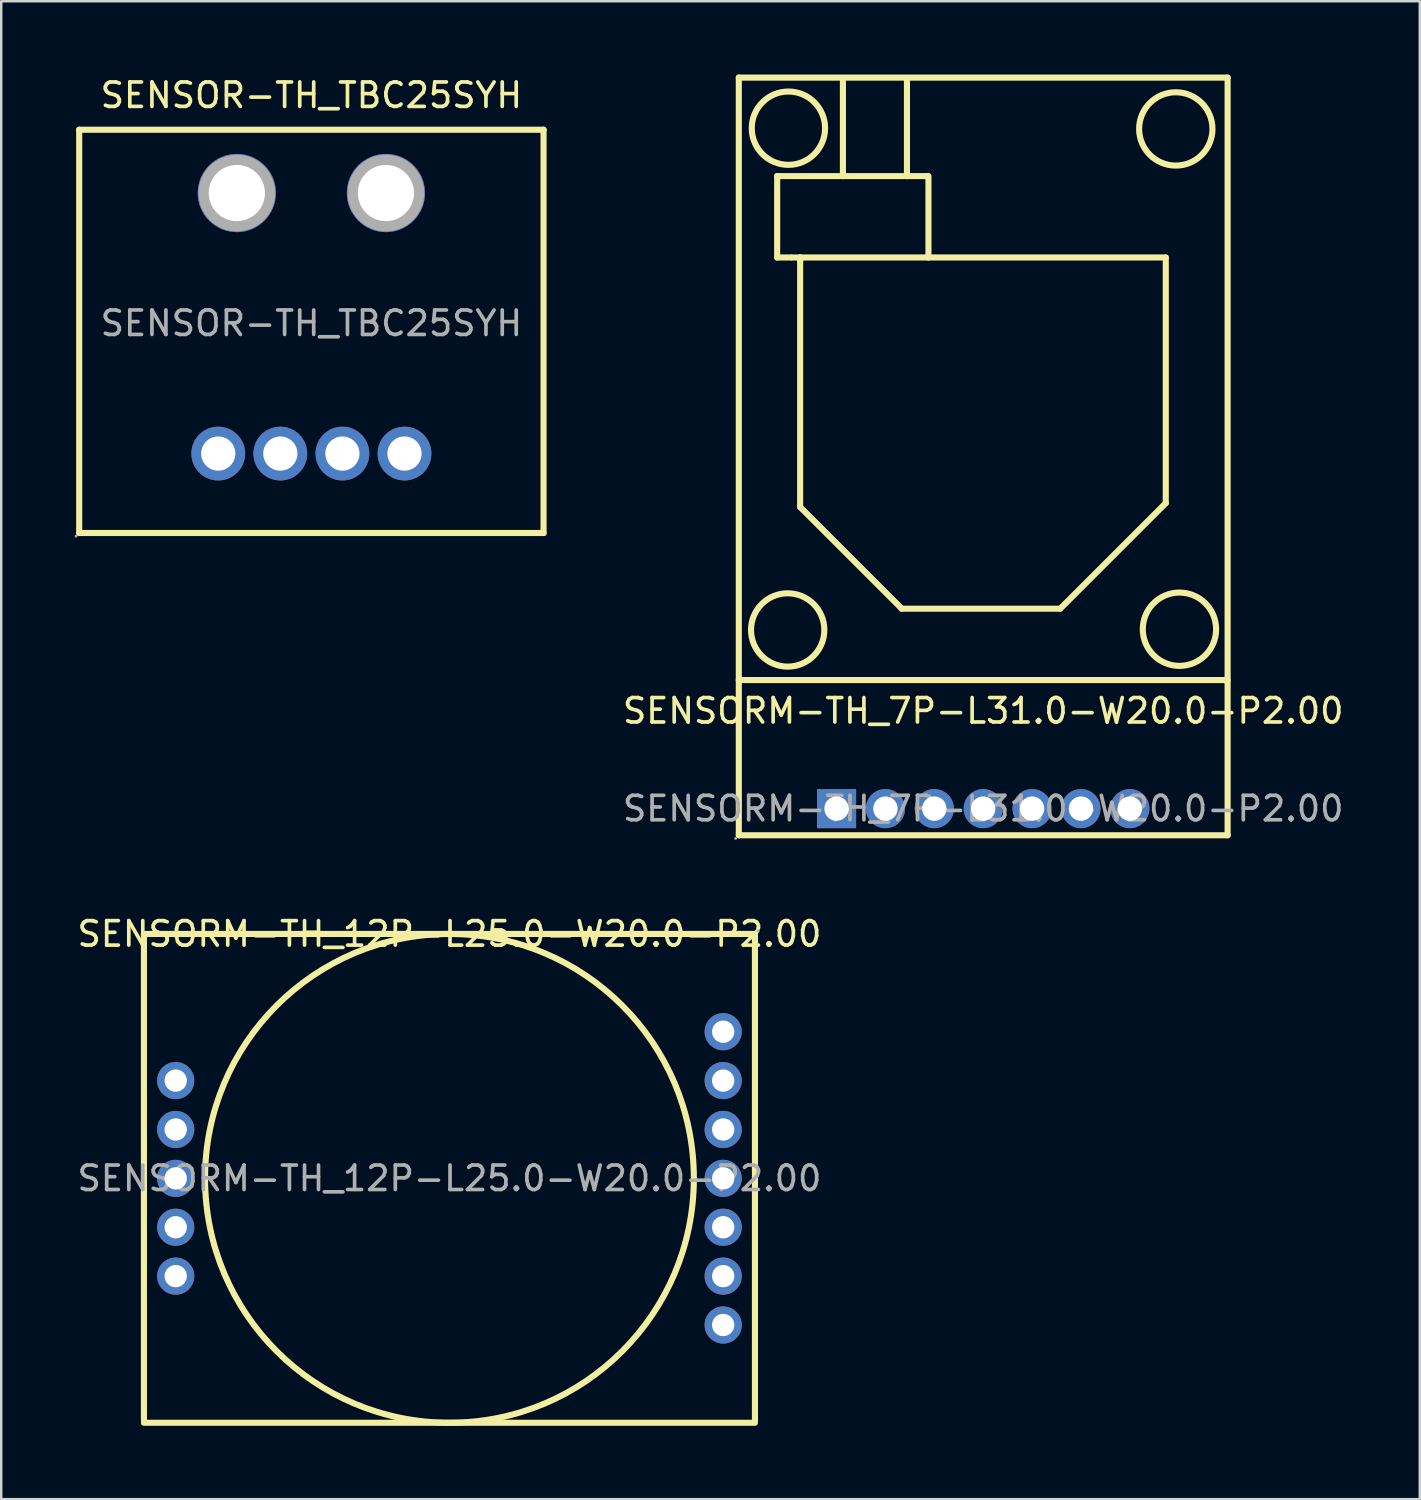
<source format=kicad_pcb>
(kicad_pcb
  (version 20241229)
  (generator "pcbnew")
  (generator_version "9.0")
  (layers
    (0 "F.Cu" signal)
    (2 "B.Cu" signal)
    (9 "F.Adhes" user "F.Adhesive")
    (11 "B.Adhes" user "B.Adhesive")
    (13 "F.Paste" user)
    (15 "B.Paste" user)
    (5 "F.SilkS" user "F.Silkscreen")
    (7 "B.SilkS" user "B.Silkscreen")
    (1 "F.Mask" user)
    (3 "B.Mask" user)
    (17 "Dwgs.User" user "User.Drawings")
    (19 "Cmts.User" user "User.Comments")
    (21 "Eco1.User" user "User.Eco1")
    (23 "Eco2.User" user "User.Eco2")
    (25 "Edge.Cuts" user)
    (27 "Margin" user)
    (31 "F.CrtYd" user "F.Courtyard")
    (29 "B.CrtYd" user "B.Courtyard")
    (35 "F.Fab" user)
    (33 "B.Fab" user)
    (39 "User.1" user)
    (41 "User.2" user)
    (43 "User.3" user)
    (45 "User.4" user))
  (footprint "SENSORM-TH_12P-L25.0-W20.0-P2.00"
    (layer "F.Cu")
    (at 15.339 45.163)
    (property "Reference" "SENSORM-TH_12P-L25.0-W20.0-P2.00" (at 0 -10 0) (layer "F.SilkS") (effects (font (size 1 1) (thickness 0.15))))
    (attr through_hole)
    (fp_line (start -12.5 -10) (end -12.5 9.91) (stroke (width 0.25) (type solid)) (layer "F.SilkS"))
    (fp_line (start -12.5 -10) (end 12.5 -10) (stroke (width 0.25) (type solid)) (layer "F.SilkS"))
    (fp_line (start 12.5 -10) (end 12.5 9.91) (stroke (width 0.25) (type solid)) (layer "F.SilkS"))
    (fp_line (start 12.5 10) (end -12.5 10) (stroke (width 0.25) (type solid)) (layer "F.SilkS"))
    (fp_circle (center 0 0) (end 10 0) (stroke (width 0.25) (type solid)) (fill no) (layer "F.SilkS"))
    (fp_circle (center -11.2 -4) (end -11.02 -4) (stroke (width 0.36) (type solid)) (fill no) (layer "F.Fab"))
    (fp_circle (center -11.2 -2) (end -11.02 -2) (stroke (width 0.36) (type solid)) (fill no) (layer "F.Fab"))
    (fp_circle (center -11.2 0) (end -11.02 0) (stroke (width 0.36) (type solid)) (fill no) (layer "F.Fab"))
    (fp_circle (center -11.2 2) (end -11.02 2) (stroke (width 0.36) (type solid)) (fill no) (layer "F.Fab"))
    (fp_circle (center -11.2 4) (end -11.02 4) (stroke (width 0.36) (type solid)) (fill no) (layer "F.Fab"))
    (fp_circle (center 11.2 -6) (end 11.38 -6) (stroke (width 0.36) (type solid)) (fill no) (layer "F.Fab"))
    (fp_circle (center 11.2 -4) (end 11.38 -4) (stroke (width 0.36) (type solid)) (fill no) (layer "F.Fab"))
    (fp_circle (center 11.2 -2) (end 11.38 -2) (stroke (width 0.36) (type solid)) (fill no) (layer "F.Fab"))
    (fp_circle (center 11.2 0) (end 11.38 0) (stroke (width 0.36) (type solid)) (fill no) (layer "F.Fab"))
    (fp_circle (center 11.2 2) (end 11.38 2) (stroke (width 0.36) (type solid)) (fill no) (layer "F.Fab"))
    (fp_circle (center 11.2 4) (end 11.38 4) (stroke (width 0.36) (type solid)) (fill no) (layer "F.Fab"))
    (fp_circle (center 11.2 6) (end 11.38 6) (stroke (width 0.36) (type solid)) (fill no) (layer "F.Fab"))
    (fp_circle (center 12.63 -10.13) (end 12.66 -10.13) (stroke (width 0.06) (type solid)) (fill no) (layer "F.Fab"))
    (fp_text user "${REFERENCE}" (at 0 0 0) (layer "F.Fab") (effects (font (size 1 1) (thickness 0.15))))
    (pad "1" thru_hole circle (at 11.2 -6) (size 1.52 1.52) (drill 0.914) (layers "*.Cu" "*.Paste" "*.Mask"))
    (pad "2" thru_hole circle (at 11.2 -4) (size 1.52 1.52) (drill 0.914) (layers "*.Cu" "*.Paste" "*.Mask"))
    (pad "3" thru_hole circle (at 11.2 -2) (size 1.52 1.52) (drill 0.914) (layers "*.Cu" "*.Paste" "*.Mask"))
    (pad "4" thru_hole circle (at 11.2 0) (size 1.52 1.52) (drill 0.914) (layers "*.Cu" "*.Paste" "*.Mask"))
    (pad "5" thru_hole circle (at 11.2 2) (size 1.52 1.52) (drill 0.914) (layers "*.Cu" "*.Paste" "*.Mask"))
    (pad "6" thru_hole circle (at 11.2 4) (size 1.52 1.52) (drill 0.914) (layers "*.Cu" "*.Paste" "*.Mask"))
    (pad "7" thru_hole circle (at 11.2 6) (size 1.52 1.52) (drill 0.914) (layers "*.Cu" "*.Paste" "*.Mask"))
    (pad "8" thru_hole circle (at -11.2 -4) (size 1.52 1.52) (drill 0.914) (layers "*.Cu" "*.Paste" "*.Mask"))
    (pad "9" thru_hole circle (at -11.2 -2) (size 1.52 1.52) (drill 0.914) (layers "*.Cu" "*.Paste" "*.Mask"))
    (pad "10" thru_hole circle (at -11.2 0) (size 1.52 1.52) (drill 0.914) (layers "*.Cu" "*.Paste" "*.Mask"))
    (pad "11" thru_hole circle (at -11.2 2) (size 1.52 1.52) (drill 0.914) (layers "*.Cu" "*.Paste" "*.Mask"))
    (pad "12" thru_hole circle (at -11.2 4) (size 1.52 1.52) (drill 0.914) (layers "*.Cu" "*.Paste" "*.Mask")))
  (footprint "SENSORM-TH_7P-L31.0-W20.0-P2.00"
    (layer "F.Cu")
    (at 37.178 30.035)
    (property "Reference" "SENSORM-TH_7P-L31.0-W20.0-P2.00" (at 0 -4 0) (layer "F.SilkS") (effects (font (size 1 1) (thickness 0.15))))
    (attr through_hole)
    (fp_line (start -10 -29.91) (end 10 -29.91) (stroke (width 0.25) (type solid)) (layer "F.SilkS"))
    (fp_line (start -10 -5.26) (end 10 -5.26) (stroke (width 0.25) (type solid)) (layer "F.SilkS"))
    (fp_line (start -10 1.09) (end -10 -29.91) (stroke (width 0.25) (type solid)) (layer "F.SilkS"))
    (fp_line (start -10 1.09) (end 10 1.09) (stroke (width 0.25) (type solid)) (layer "F.SilkS"))
    (fp_line (start -8.43 -25.88) (end -2.26 -25.88) (stroke (width 0.25) (type solid)) (layer "F.SilkS"))
    (fp_line (start -8.43 -22.55) (end -8.43 -25.88) (stroke (width 0.25) (type solid)) (layer "F.SilkS"))
    (fp_line (start -7.87 -22.55) (end -8.43 -22.55) (stroke (width 0.25) (type solid)) (layer "F.SilkS"))
    (fp_line (start -7.82 -22.55) (end 7.47 -22.55) (stroke (width 0.25) (type solid)) (layer "F.SilkS"))
    (fp_line (start -7.49 -22.55) (end -7.49 -22.4) (stroke (width 0.25) (type solid)) (layer "F.SilkS"))
    (fp_line (start -7.49 -12.34) (end -7.49 -22.55) (stroke (width 0.25) (type solid)) (layer "F.SilkS"))
    (fp_line (start -5.74 -29.89) (end -5.74 -25.88) (stroke (width 0.25) (type solid)) (layer "F.SilkS"))
    (fp_line (start -3.33 -8.18) (end -7.49 -12.34) (stroke (width 0.25) (type solid)) (layer "F.SilkS"))
    (fp_line (start -3.12 -29.89) (end -3.12 -25.88) (stroke (width 0.25) (type solid)) (layer "F.SilkS"))
    (fp_line (start -2.24 -25.88) (end -2.24 -22.55) (stroke (width 0.25) (type solid)) (layer "F.SilkS"))
    (fp_line (start 3.15 -8.18) (end -3.33 -8.18) (stroke (width 0.25) (type solid)) (layer "F.SilkS"))
    (fp_line (start 7.47 -22.55) (end 7.47 -12.5) (stroke (width 0.25) (type solid)) (layer "F.SilkS"))
    (fp_line (start 7.47 -12.5) (end 3.15 -8.18) (stroke (width 0.25) (type solid)) (layer "F.SilkS"))
    (fp_line (start 10 1.09) (end 10 -29.91) (stroke (width 0.25) (type solid)) (layer "F.SilkS"))
    (fp_circle (center -8 -7.31) (end -6.5 -7.31) (stroke (width 0.25) (type solid)) (fill no) (layer "F.SilkS"))
    (fp_circle (center -7.97 -27.84) (end -6.47 -27.84) (stroke (width 0.25) (type solid)) (fill no) (layer "F.SilkS"))
    (fp_circle (center 7.88 -27.81) (end 9.38 -27.81) (stroke (width 0.25) (type solid)) (fill no) (layer "F.SilkS"))
    (fp_circle (center 8.03 -7.34) (end 9.53 -7.34) (stroke (width 0.25) (type solid)) (fill no) (layer "F.SilkS"))
    (fp_circle (center -10.13 1.22) (end -10.1 1.22) (stroke (width 0.06) (type solid)) (fill no) (layer "F.Fab"))
    (fp_circle (center -6 0) (end -5.8 0) (stroke (width 0.4) (type solid)) (fill no) (layer "F.Fab"))
    (fp_circle (center -4 0) (end -3.8 0) (stroke (width 0.4) (type solid)) (fill no) (layer "F.Fab"))
    (fp_circle (center -2 0) (end -1.8 0) (stroke (width 0.4) (type solid)) (fill no) (layer "F.Fab"))
    (fp_circle (center 0 0) (end 0.2 0) (stroke (width 0.4) (type solid)) (fill no) (layer "F.Fab"))
    (fp_circle (center 2 0) (end 2.2 0) (stroke (width 0.4) (type solid)) (fill no) (layer "F.Fab"))
    (fp_circle (center 4 0) (end 4.2 0) (stroke (width 0.4) (type solid)) (fill no) (layer "F.Fab"))
    (fp_circle (center 6 0) (end 6.2 0) (stroke (width 0.4) (type solid)) (fill no) (layer "F.Fab"))
    (fp_text user "${REFERENCE}" (at 0 0 0) (layer "F.Fab") (effects (font (size 1 1) (thickness 0.15))))
    (pad "1" thru_hole rect (at -6 0) (size 1.6 1.6) (drill 1) (layers "*.Cu" "*.Paste" "*.Mask"))
    (pad "2" thru_hole circle (at -4 0) (size 1.6 1.6) (drill 1) (layers "*.Cu" "*.Paste" "*.Mask"))
    (pad "3" thru_hole circle (at -2 0) (size 1.6 1.6) (drill 1) (layers "*.Cu" "*.Paste" "*.Mask"))
    (pad "4" thru_hole circle (at 0 0) (size 1.6 1.6) (drill 1) (layers "*.Cu" "*.Paste" "*.Mask"))
    (pad "5" thru_hole circle (at 2 0) (size 1.6 1.6) (drill 1) (layers "*.Cu" "*.Paste" "*.Mask"))
    (pad "6" thru_hole circle (at 4 0) (size 1.6 1.6) (drill 1) (layers "*.Cu" "*.Paste" "*.Mask"))
    (pad "7" thru_hole circle (at 6 0) (size 1.6 1.6) (drill 1) (layers "*.Cu" "*.Paste" "*.Mask")))
  (footprint "SENSOR-TH_TBC25SYH"
    (layer "F.Cu")
    (at 9.69 10.178)
    (property "Reference" "SENSOR-TH_TBC25SYH" (at 0 -9.33 0) (layer "F.SilkS") (effects (font (size 1 1) (thickness 0.15))))
    (attr through_hole)
    (fp_line (start -9.5 -7.92) (end -9.5 8.58) (stroke (width 0.25) (type solid)) (layer "F.SilkS"))
    (fp_line (start 9.5 -7.92) (end -9.5 -7.92) (stroke (width 0.25) (type solid)) (layer "F.SilkS"))
    (fp_line (start 9.5 -7.92) (end 9.5 8.58) (stroke (width 0.25) (type solid)) (layer "F.SilkS"))
    (fp_line (start 9.5 8.58) (end -9.5 8.58) (stroke (width 0.25) (type solid)) (layer "F.SilkS"))
    (fp_circle (center -9.63 8.71) (end -9.6 8.71) (stroke (width 0.06) (type solid)) (fill no) (layer "F.Fab"))
    (fp_circle (center -3.81 5.33) (end -3.51 5.33) (stroke (width 0.6) (type solid)) (fill no) (layer "F.Fab"))
    (fp_circle (center -3.05 -5.33) (end -2.53 -5.33) (stroke (width 1.05) (type solid)) (fill no) (layer "F.Fab"))
    (fp_circle (center -1.27 5.33) (end -0.97 5.33) (stroke (width 0.6) (type solid)) (fill no) (layer "F.Fab"))
    (fp_circle (center 1.27 5.33) (end 1.57 5.33) (stroke (width 0.6) (type solid)) (fill no) (layer "F.Fab"))
    (fp_circle (center 3.05 -5.33) (end 3.57 -5.33) (stroke (width 1.05) (type solid)) (fill no) (layer "F.Fab"))
    (fp_circle (center 3.81 5.33) (end 4.11 5.33) (stroke (width 0.6) (type solid)) (fill no) (layer "F.Fab"))
    (fp_text user "${REFERENCE}" (at 0 0 0) (layer "F.Fab") (effects (font (size 1 1) (thickness 0.15))))
    (pad "1" thru_hole circle (at -3.81 5.33) (size 2.2 2.2) (drill 1.4) (layers "*.Cu" "*.Paste" "*.Mask"))
    (pad "2" thru_hole circle (at -1.27 5.33) (size 2.2 2.2) (drill 1.4) (layers "*.Cu" "*.Paste" "*.Mask"))
    (pad "3" thru_hole circle (at 1.27 5.33) (size 2.2 2.2) (drill 1.4) (layers "*.Cu" "*.Paste" "*.Mask"))
    (pad "4" thru_hole circle (at 3.81 5.33) (size 2.2 2.2) (drill 1.4) (layers "*.Cu" "*.Paste" "*.Mask"))
    (pad "5" thru_hole circle (at -3.05 -5.33) (size 3.2 3.2) (drill 2.3) (layers "*.Cu" "*.Paste" "*.Mask"))
    (pad "6" thru_hole circle (at 3.05 -5.33) (size 3.2 3.2) (drill 2.3) (layers "*.Cu" "*.Paste" "*.Mask")))
  (gr_rect
    (start -3 -3)
    (end 55.041 58.288)
    (stroke (width 0.1) (type default))
    (fill no)
    (layer "Edge.Cuts")))
</source>
